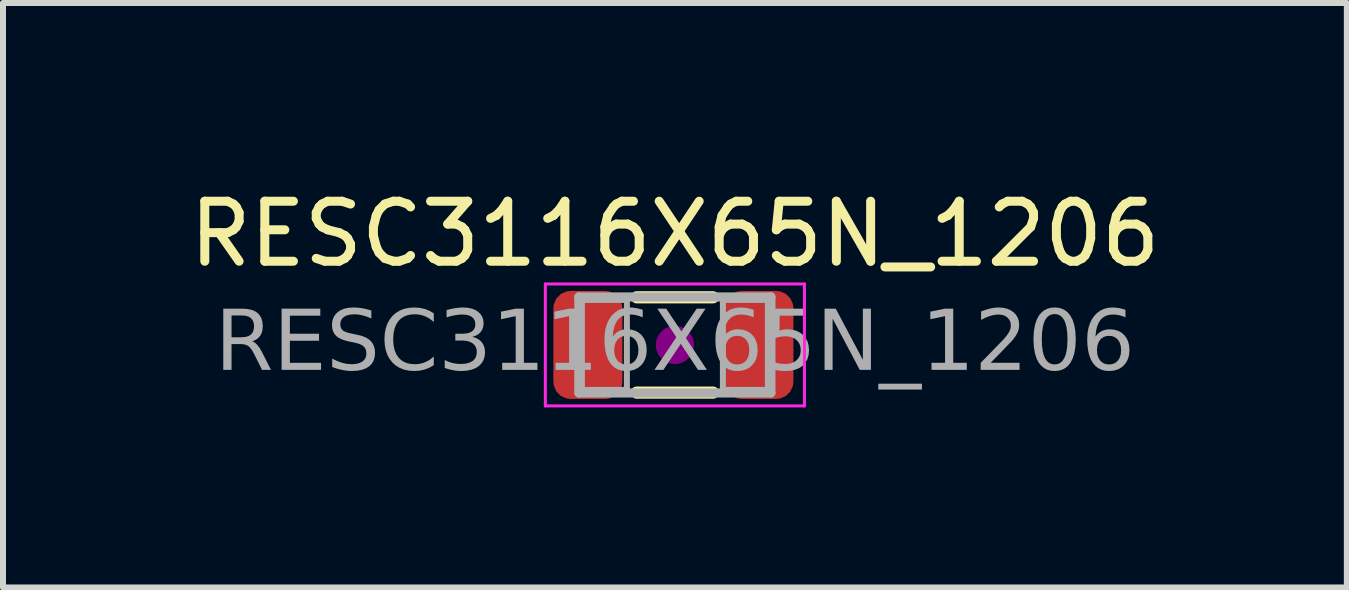
<source format=kicad_pcb>
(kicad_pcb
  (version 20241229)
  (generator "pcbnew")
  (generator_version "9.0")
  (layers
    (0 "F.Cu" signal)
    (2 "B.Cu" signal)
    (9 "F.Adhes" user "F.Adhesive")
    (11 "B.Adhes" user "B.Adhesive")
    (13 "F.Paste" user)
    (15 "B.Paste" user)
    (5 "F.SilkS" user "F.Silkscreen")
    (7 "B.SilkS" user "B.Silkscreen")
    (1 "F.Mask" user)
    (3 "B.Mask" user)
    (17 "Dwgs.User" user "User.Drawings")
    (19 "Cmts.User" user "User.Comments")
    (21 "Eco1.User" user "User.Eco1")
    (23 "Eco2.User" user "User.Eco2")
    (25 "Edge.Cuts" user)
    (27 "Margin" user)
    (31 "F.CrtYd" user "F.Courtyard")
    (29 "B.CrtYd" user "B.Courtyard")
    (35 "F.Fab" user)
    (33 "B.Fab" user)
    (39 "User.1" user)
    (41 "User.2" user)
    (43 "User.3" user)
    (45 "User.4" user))
  (footprint "RESC3116X65N_1206"
    (layer "F.Cu")
    (at 8.196 2.698)
    (property "Reference" "RESC3116X65N_1206" (at 0 -1.85 0) (layer "F.SilkS") (effects (font (size 1 1) (thickness 0.15))))
    (attr smd)
    (fp_line (start -0.635 -0.794) (end 0.635 -0.794) (stroke (width 0.203) (type solid)) (layer "F.SilkS"))
    (fp_line (start -0.635 0.794) (end 0.635 0.794) (stroke (width 0.203) (type solid)) (layer "F.SilkS"))
    (fp_circle (center 0 0) (end 0.318 0) (stroke (width 0) (type solid)) (fill yes) (layer "F.Adhes"))
    (fp_line (start -2.159 -1.016) (end 2.159 -1.016) (stroke (width 0.05) (type solid)) (layer "F.CrtYd"))
    (fp_line (start -2.159 1.016) (end -2.159 -1.016) (stroke (width 0.05) (type solid)) (layer "F.CrtYd"))
    (fp_line (start 2.159 -1.016) (end 2.159 1.016) (stroke (width 0.05) (type solid)) (layer "F.CrtYd"))
    (fp_line (start 2.159 1.016) (end -2.159 1.016) (stroke (width 0.05) (type solid)) (layer "F.CrtYd"))
    (fp_line (start -1.6 -0.8) (end 1.6 -0.8) (stroke (width 0.152) (type solid)) (layer "F.Fab"))
    (fp_line (start -1.6 0.8) (end -1.6 -0.8) (stroke (width 0.152) (type solid)) (layer "F.Fab"))
    (fp_line (start 1.6 -0.8) (end 1.6 0.8) (stroke (width 0.152) (type solid)) (layer "F.Fab"))
    (fp_line (start 1.6 0.8) (end -1.6 0.8) (stroke (width 0.152) (type solid)) (layer "F.Fab"))
    (fp_rect (start -0.8 0.75) (end -1.55 -0.75) (stroke (width 0.1) (type solid)) (fill no) (layer "F.Fab"))
    (fp_rect (start 0.8 -0.75) (end 1.55 0.75) (stroke (width 0.1) (type solid)) (fill no) (layer "F.Fab"))
    (fp_text user "${REFERENCE}" (at 0 0 0) (layer "F.Fab") (effects (font (face "Tahoma") (size 1 1) (thickness 0.15))))
    (pad "1" smd roundrect (at -1.45 0) (size 1.15 1.8) (layers "F.Cu" "F.Mask" "F.Paste") (roundrect_rratio 0.25))
    (pad "2" smd roundrect (at 1.4 0) (size 1.15 1.8) (layers "F.Cu" "F.Mask" "F.Paste") (roundrect_rratio 0.25)))
  (gr_rect
    (start -3 -3)
    (end 19.393 6.739)
    (stroke (width 0.1) (type default))
    (fill no)
    (layer "Edge.Cuts")))
</source>
